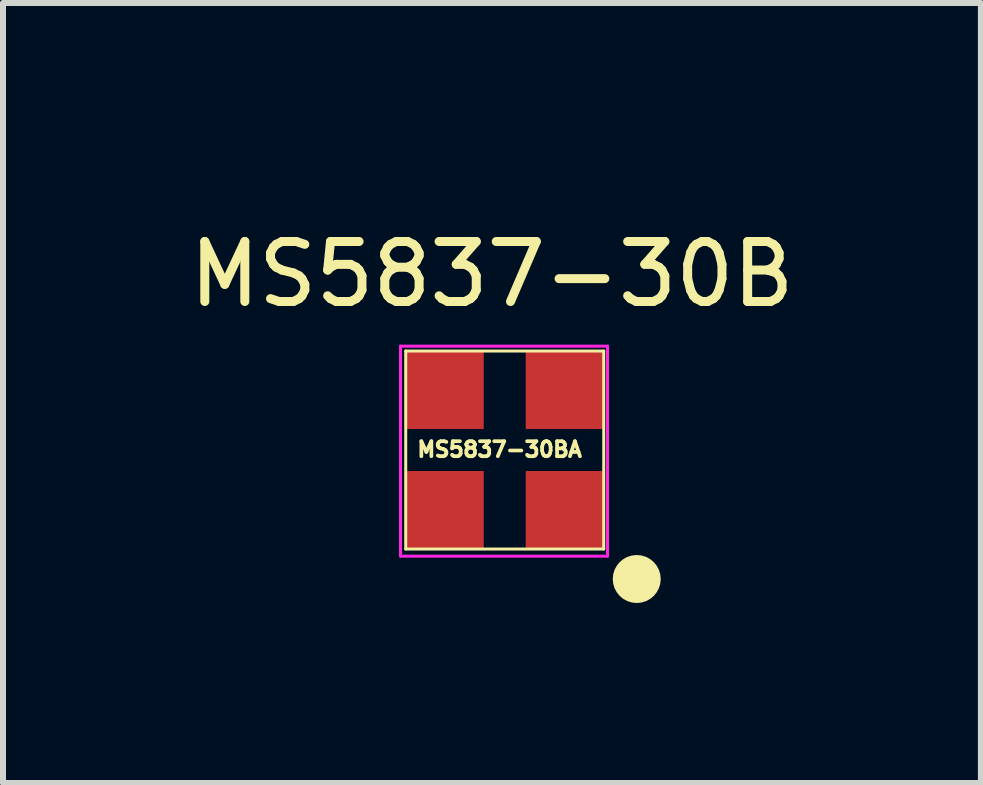
<source format=kicad_pcb>
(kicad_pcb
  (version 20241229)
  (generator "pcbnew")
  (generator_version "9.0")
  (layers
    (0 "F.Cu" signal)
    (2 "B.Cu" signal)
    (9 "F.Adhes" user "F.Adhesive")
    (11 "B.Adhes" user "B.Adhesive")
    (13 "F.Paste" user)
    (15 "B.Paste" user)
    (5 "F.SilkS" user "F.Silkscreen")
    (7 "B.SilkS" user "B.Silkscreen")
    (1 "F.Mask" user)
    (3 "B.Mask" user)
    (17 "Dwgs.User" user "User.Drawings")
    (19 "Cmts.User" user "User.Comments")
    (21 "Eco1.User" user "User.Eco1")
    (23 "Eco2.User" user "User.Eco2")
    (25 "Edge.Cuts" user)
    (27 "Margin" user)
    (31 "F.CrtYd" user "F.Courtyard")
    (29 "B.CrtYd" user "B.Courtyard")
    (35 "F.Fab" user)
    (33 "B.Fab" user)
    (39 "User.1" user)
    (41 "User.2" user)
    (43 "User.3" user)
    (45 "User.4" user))
  (footprint "MS5837-30B"
    (layer "F.Cu")
    (at 5.149 0.25)
    (property "Reference" "MS5837-30B" (at 0 1.27 0) (layer "F.SilkS") (effects (font (size 1 1) (thickness 0.15))))
    (attr through_hole)
    (fp_line (start -1.437 2.55) (end -1.437 5.85) (stroke (width 0.05) (type solid)) (layer "F.SilkS"))
    (fp_line (start -1.437 2.55) (end 1.863 2.55) (stroke (width 0.05) (type solid)) (layer "F.SilkS"))
    (fp_line (start -1.437 5.85) (end 1.863 5.85) (stroke (width 0.05) (type solid)) (layer "F.SilkS"))
    (fp_line (start 1.863 2.55) (end 1.863 5.85) (stroke (width 0.05) (type solid)) (layer "F.SilkS"))
    (fp_circle (center 2.413 6.35) (end 2.613 6.35) (stroke (width 0.4) (type solid)) (fill no) (layer "F.SilkS"))
    (fp_line (start -1.524 2.469) (end -1.524 5.969) (stroke (width 0.05) (type solid)) (layer "F.CrtYd"))
    (fp_line (start -1.524 2.469) (end 1.926 2.469) (stroke (width 0.05) (type solid)) (layer "F.CrtYd"))
    (fp_line (start -1.524 5.969) (end 1.926 5.969) (stroke (width 0.05) (type solid)) (layer "F.CrtYd"))
    (fp_line (start 1.926 2.469) (end 1.926 5.969) (stroke (width 0.05) (type solid)) (layer "F.CrtYd"))
    (fp_text user "MS5837-30BA" (at 0.127 4.191 0) (layer "F.SilkS") (effects (font (size 0.25 0.25) (thickness 0.062))))
    (pad "1" smd rect (at 1.213 5.2) (size 1.3 1.3) (layers "F.Cu" "F.Mask" "F.Paste"))
    (pad "2" smd rect (at 1.213 3.2) (size 1.3 1.3) (layers "F.Cu" "F.Mask" "F.Paste"))
    (pad "3" smd rect (at -0.787 3.2) (size 1.3 1.3) (layers "F.Cu" "F.Mask" "F.Paste"))
    (pad "4" smd rect (at -0.787 5.2) (size 1.3 1.3) (layers "F.Cu" "F.Mask" "F.Paste")))
  (gr_rect
    (start -3 -3)
    (end 13.298 10)
    (stroke (width 0.1) (type default))
    (fill no)
    (layer "Edge.Cuts")))
</source>
